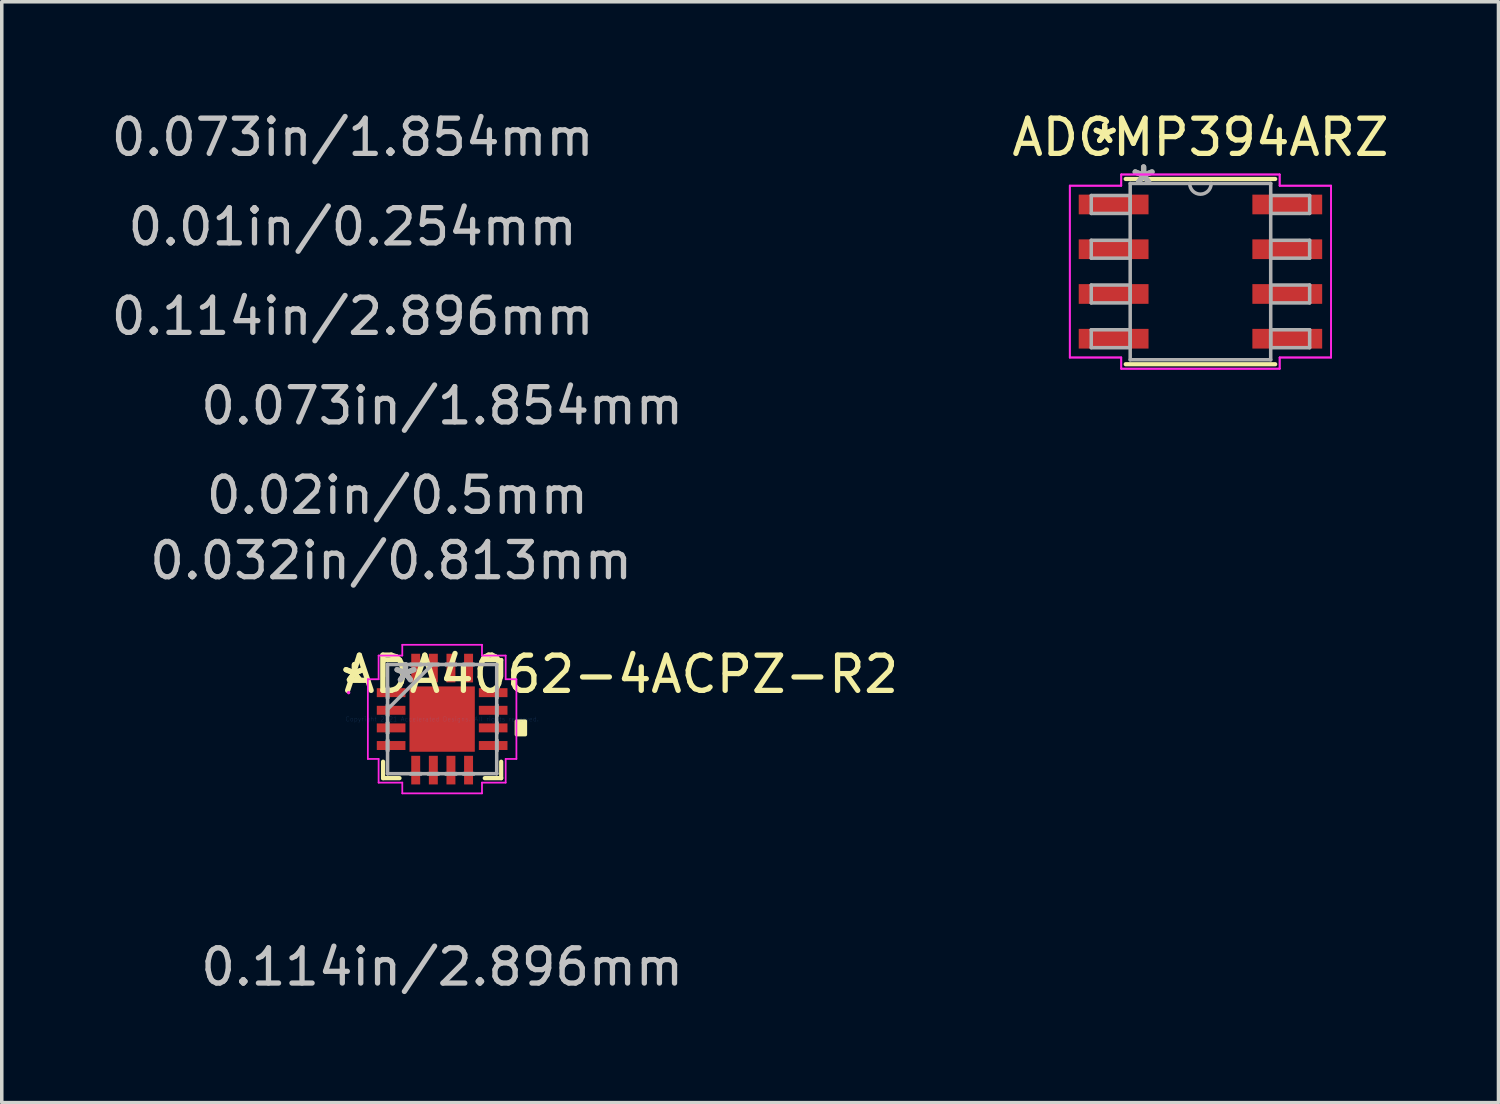
<source format=kicad_pcb>
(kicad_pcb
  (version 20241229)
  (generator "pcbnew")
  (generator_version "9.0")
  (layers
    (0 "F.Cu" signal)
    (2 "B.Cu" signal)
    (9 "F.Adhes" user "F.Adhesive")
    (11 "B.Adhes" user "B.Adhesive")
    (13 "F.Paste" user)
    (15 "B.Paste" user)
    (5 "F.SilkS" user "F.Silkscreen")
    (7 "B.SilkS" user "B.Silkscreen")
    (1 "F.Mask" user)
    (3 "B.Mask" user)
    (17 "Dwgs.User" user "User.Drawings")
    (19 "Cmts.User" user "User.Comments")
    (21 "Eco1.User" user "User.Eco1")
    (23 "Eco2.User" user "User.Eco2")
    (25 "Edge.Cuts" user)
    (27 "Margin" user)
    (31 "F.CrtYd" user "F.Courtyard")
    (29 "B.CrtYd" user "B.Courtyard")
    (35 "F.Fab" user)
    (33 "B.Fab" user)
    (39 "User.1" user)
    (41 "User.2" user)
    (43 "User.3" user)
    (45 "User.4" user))
  (footprint "ADCMP394ARZ"
    (layer "F.Cu")
    (at 31.019 4.658)
    (property "Reference" "ADCMP394ARZ" (at 0 -3.81 0) (layer "F.SilkS") (effects (font (size 1 1) (thickness 0.15))))
    (attr through_hole)
    (fp_line (start -2.121 2.629) (end 2.121 2.629) (stroke (width 0.12) (type solid)) (layer "F.SilkS"))
    (fp_line (start 2.121 -2.629) (end -2.121 -2.629) (stroke (width 0.12) (type solid)) (layer "F.SilkS"))
    (fp_line (start -3.708 -2.438) (end -2.248 -2.438) (stroke (width 0.05) (type solid)) (layer "F.CrtYd"))
    (fp_line (start -3.708 -2.438) (end -2.248 -2.438) (stroke (width 0.05) (type solid)) (layer "F.CrtYd"))
    (fp_line (start -3.708 2.438) (end -3.708 -2.438) (stroke (width 0.05) (type solid)) (layer "F.CrtYd"))
    (fp_line (start -3.708 2.438) (end -3.708 -2.438) (stroke (width 0.05) (type solid)) (layer "F.CrtYd"))
    (fp_line (start -3.708 2.438) (end -2.248 2.438) (stroke (width 0.05) (type solid)) (layer "F.CrtYd"))
    (fp_line (start -2.248 -2.756) (end 2.248 -2.756) (stroke (width 0.05) (type solid)) (layer "F.CrtYd"))
    (fp_line (start -2.248 -2.756) (end 2.248 -2.756) (stroke (width 0.05) (type solid)) (layer "F.CrtYd"))
    (fp_line (start -2.248 -2.438) (end -2.248 -2.756) (stroke (width 0.05) (type solid)) (layer "F.CrtYd"))
    (fp_line (start -2.248 -2.438) (end -2.248 -2.756) (stroke (width 0.05) (type solid)) (layer "F.CrtYd"))
    (fp_line (start -2.248 2.438) (end -3.708 2.438) (stroke (width 0.05) (type solid)) (layer "F.CrtYd"))
    (fp_line (start -2.248 2.756) (end -2.248 2.438) (stroke (width 0.05) (type solid)) (layer "F.CrtYd"))
    (fp_line (start -2.248 2.756) (end -2.248 2.438) (stroke (width 0.05) (type solid)) (layer "F.CrtYd"))
    (fp_line (start 2.248 -2.756) (end 2.248 -2.438) (stroke (width 0.05) (type solid)) (layer "F.CrtYd"))
    (fp_line (start 2.248 -2.756) (end 2.248 -2.438) (stroke (width 0.05) (type solid)) (layer "F.CrtYd"))
    (fp_line (start 2.248 -2.438) (end 3.708 -2.438) (stroke (width 0.05) (type solid)) (layer "F.CrtYd"))
    (fp_line (start 2.248 2.438) (end 2.248 2.756) (stroke (width 0.05) (type solid)) (layer "F.CrtYd"))
    (fp_line (start 2.248 2.438) (end 2.248 2.756) (stroke (width 0.05) (type solid)) (layer "F.CrtYd"))
    (fp_line (start 2.248 2.756) (end -2.248 2.756) (stroke (width 0.05) (type solid)) (layer "F.CrtYd"))
    (fp_line (start 2.248 2.756) (end -2.248 2.756) (stroke (width 0.05) (type solid)) (layer "F.CrtYd"))
    (fp_line (start 3.708 -2.438) (end 2.248 -2.438) (stroke (width 0.05) (type solid)) (layer "F.CrtYd"))
    (fp_line (start 3.708 -2.438) (end 3.708 2.438) (stroke (width 0.05) (type solid)) (layer "F.CrtYd"))
    (fp_line (start 3.708 -2.438) (end 3.708 2.438) (stroke (width 0.05) (type solid)) (layer "F.CrtYd"))
    (fp_line (start 3.708 2.438) (end 2.248 2.438) (stroke (width 0.05) (type solid)) (layer "F.CrtYd"))
    (fp_line (start 3.708 2.438) (end 2.248 2.438) (stroke (width 0.05) (type solid)) (layer "F.CrtYd"))
    (fp_line (start -3.099 -2.159) (end -3.099 -1.651) (stroke (width 0.1) (type solid)) (layer "F.Fab"))
    (fp_line (start -3.099 -1.651) (end -1.994 -1.651) (stroke (width 0.1) (type solid)) (layer "F.Fab"))
    (fp_line (start -3.099 -0.889) (end -3.099 -0.381) (stroke (width 0.1) (type solid)) (layer "F.Fab"))
    (fp_line (start -3.099 -0.381) (end -1.994 -0.381) (stroke (width 0.1) (type solid)) (layer "F.Fab"))
    (fp_line (start -3.099 0.381) (end -3.099 0.889) (stroke (width 0.1) (type solid)) (layer "F.Fab"))
    (fp_line (start -3.099 0.889) (end -1.994 0.889) (stroke (width 0.1) (type solid)) (layer "F.Fab"))
    (fp_line (start -3.099 1.651) (end -3.099 2.159) (stroke (width 0.1) (type solid)) (layer "F.Fab"))
    (fp_line (start -3.099 2.159) (end -1.994 2.159) (stroke (width 0.1) (type solid)) (layer "F.Fab"))
    (fp_line (start -1.994 -2.502) (end -1.994 2.502) (stroke (width 0.1) (type solid)) (layer "F.Fab"))
    (fp_line (start -1.994 -2.159) (end -3.099 -2.159) (stroke (width 0.1) (type solid)) (layer "F.Fab"))
    (fp_line (start -1.994 -1.651) (end -1.994 -2.159) (stroke (width 0.1) (type solid)) (layer "F.Fab"))
    (fp_line (start -1.994 -0.889) (end -3.099 -0.889) (stroke (width 0.1) (type solid)) (layer "F.Fab"))
    (fp_line (start -1.994 -0.381) (end -1.994 -0.889) (stroke (width 0.1) (type solid)) (layer "F.Fab"))
    (fp_line (start -1.994 0.381) (end -3.099 0.381) (stroke (width 0.1) (type solid)) (layer "F.Fab"))
    (fp_line (start -1.994 0.889) (end -1.994 0.381) (stroke (width 0.1) (type solid)) (layer "F.Fab"))
    (fp_line (start -1.994 1.651) (end -3.099 1.651) (stroke (width 0.1) (type solid)) (layer "F.Fab"))
    (fp_line (start -1.994 2.159) (end -1.994 1.651) (stroke (width 0.1) (type solid)) (layer "F.Fab"))
    (fp_line (start -1.994 2.502) (end 1.994 2.502) (stroke (width 0.1) (type solid)) (layer "F.Fab"))
    (fp_line (start 1.994 -2.502) (end -1.994 -2.502) (stroke (width 0.1) (type solid)) (layer "F.Fab"))
    (fp_line (start 1.994 -2.159) (end 1.994 -1.651) (stroke (width 0.1) (type solid)) (layer "F.Fab"))
    (fp_line (start 1.994 -1.651) (end 3.099 -1.651) (stroke (width 0.1) (type solid)) (layer "F.Fab"))
    (fp_line (start 1.994 -0.889) (end 1.994 -0.381) (stroke (width 0.1) (type solid)) (layer "F.Fab"))
    (fp_line (start 1.994 -0.381) (end 3.099 -0.381) (stroke (width 0.1) (type solid)) (layer "F.Fab"))
    (fp_line (start 1.994 0.381) (end 1.994 0.889) (stroke (width 0.1) (type solid)) (layer "F.Fab"))
    (fp_line (start 1.994 0.889) (end 3.099 0.889) (stroke (width 0.1) (type solid)) (layer "F.Fab"))
    (fp_line (start 1.994 1.651) (end 1.994 2.159) (stroke (width 0.1) (type solid)) (layer "F.Fab"))
    (fp_line (start 1.994 2.159) (end 3.099 2.159) (stroke (width 0.1) (type solid)) (layer "F.Fab"))
    (fp_line (start 1.994 2.502) (end 1.994 -2.502) (stroke (width 0.1) (type solid)) (layer "F.Fab"))
    (fp_line (start 3.099 -2.159) (end 1.994 -2.159) (stroke (width 0.1) (type solid)) (layer "F.Fab"))
    (fp_line (start 3.099 -1.651) (end 3.099 -2.159) (stroke (width 0.1) (type solid)) (layer "F.Fab"))
    (fp_line (start 3.099 -0.889) (end 1.994 -0.889) (stroke (width 0.1) (type solid)) (layer "F.Fab"))
    (fp_line (start 3.099 -0.381) (end 3.099 -0.889) (stroke (width 0.1) (type solid)) (layer "F.Fab"))
    (fp_line (start 3.099 0.381) (end 1.994 0.381) (stroke (width 0.1) (type solid)) (layer "F.Fab"))
    (fp_line (start 3.099 0.889) (end 3.099 0.381) (stroke (width 0.1) (type solid)) (layer "F.Fab"))
    (fp_line (start 3.099 1.651) (end 1.994 1.651) (stroke (width 0.1) (type solid)) (layer "F.Fab"))
    (fp_line (start 3.099 2.159) (end 3.099 1.651) (stroke (width 0.1) (type solid)) (layer "F.Fab"))
    (fp_arc (start 0.3048 -2.5019) (mid 0 -2.1971) (end -0.3048 -2.5019) (stroke (width 0.1) (type solid)) (layer "F.Fab"))
    (fp_text user "*" (at -2.718 -3.607 0) (layer "F.SilkS") (effects (font (size 1 1) (thickness 0.15))))
    (fp_text user "*" (at -2.718 -3.607 0) (layer "F.SilkS") (effects (font (size 1 1) (thickness 0.15))))
    (fp_text user "*" (at -1.613 -2.426 0) (layer "F.Fab") (effects (font (size 1 1) (thickness 0.15))))
    (fp_text user "*" (at -1.613 -2.426 0) (layer "F.Fab") (effects (font (size 1 1) (thickness 0.15))))
    (pad "1" smd rect (at -2.464 -1.905) (size 1.981 0.559) (layers "F.Cu" "F.Mask" "F.Paste"))
    (pad "2" smd rect (at -2.464 -0.635) (size 1.981 0.559) (layers "F.Cu" "F.Mask" "F.Paste"))
    (pad "3" smd rect (at -2.464 0.635) (size 1.981 0.559) (layers "F.Cu" "F.Mask" "F.Paste"))
    (pad "4" smd rect (at -2.464 1.905) (size 1.981 0.559) (layers "F.Cu" "F.Mask" "F.Paste"))
    (pad "5" smd rect (at 2.464 1.905) (size 1.981 0.559) (layers "F.Cu" "F.Mask" "F.Paste"))
    (pad "6" smd rect (at 2.464 0.635) (size 1.981 0.559) (layers "F.Cu" "F.Mask" "F.Paste"))
    (pad "7" smd rect (at 2.464 -0.635) (size 1.981 0.559) (layers "F.Cu" "F.Mask" "F.Paste"))
    (pad "8" smd rect (at 2.464 -1.905) (size 1.981 0.559) (layers "F.Cu" "F.Mask" "F.Paste")))
  (footprint "ADA4062-4ACPZ-R2"
    (layer "F.Cu")
    (at 9.498 17.358)
    (property "Reference" "ADA4062-4ACPZ-R2" (at 5.08 -1.27 0) (layer "F.SilkS") (effects (font (size 1 1) (thickness 0.15))))
    (attr through_hole)
    (fp_line (start -1.676 -1.676) (end -1.676 -1.21) (stroke (width 0.12) (type solid)) (layer "F.SilkS"))
    (fp_line (start -1.676 1.21) (end -1.676 1.676) (stroke (width 0.12) (type solid)) (layer "F.SilkS"))
    (fp_line (start -1.676 1.676) (end -1.21 1.676) (stroke (width 0.12) (type solid)) (layer "F.SilkS"))
    (fp_line (start -1.21 -1.676) (end -1.676 -1.676) (stroke (width 0.12) (type solid)) (layer "F.SilkS"))
    (fp_line (start 1.21 1.676) (end 1.676 1.676) (stroke (width 0.12) (type solid)) (layer "F.SilkS"))
    (fp_line (start 1.676 -1.676) (end 1.21 -1.676) (stroke (width 0.12) (type solid)) (layer "F.SilkS"))
    (fp_line (start 1.676 -1.21) (end 1.676 -1.676) (stroke (width 0.12) (type solid)) (layer "F.SilkS"))
    (fp_line (start 1.676 1.676) (end 1.676 1.21) (stroke (width 0.12) (type solid)) (layer "F.SilkS"))
    (fp_poly (pts (xy 2.362 0.059) (xy 2.362 0.441) (xy 2.108 0.441) (xy 2.108 0.059)) (stroke (width 0.1) (type solid)) (fill yes) (layer "F.SilkS"))
    (fp_line (start -2.108 -1.131) (end -1.803 -1.131) (stroke (width 0.05) (type solid)) (layer "F.CrtYd"))
    (fp_line (start -2.108 1.131) (end -2.108 -1.131) (stroke (width 0.05) (type solid)) (layer "F.CrtYd"))
    (fp_line (start -1.803 -1.803) (end -1.131 -1.803) (stroke (width 0.05) (type solid)) (layer "F.CrtYd"))
    (fp_line (start -1.803 -1.131) (end -1.803 -1.803) (stroke (width 0.05) (type solid)) (layer "F.CrtYd"))
    (fp_line (start -1.803 1.131) (end -2.108 1.131) (stroke (width 0.05) (type solid)) (layer "F.CrtYd"))
    (fp_line (start -1.803 1.803) (end -1.803 1.131) (stroke (width 0.05) (type solid)) (layer "F.CrtYd"))
    (fp_line (start -1.131 -2.108) (end 1.131 -2.108) (stroke (width 0.05) (type solid)) (layer "F.CrtYd"))
    (fp_line (start -1.131 -1.803) (end -1.131 -2.108) (stroke (width 0.05) (type solid)) (layer "F.CrtYd"))
    (fp_line (start -1.131 1.803) (end -1.803 1.803) (stroke (width 0.05) (type solid)) (layer "F.CrtYd"))
    (fp_line (start -1.131 2.108) (end -1.131 1.803) (stroke (width 0.05) (type solid)) (layer "F.CrtYd"))
    (fp_line (start 1.131 -2.108) (end 1.131 -1.803) (stroke (width 0.05) (type solid)) (layer "F.CrtYd"))
    (fp_line (start 1.131 -1.803) (end 1.803 -1.803) (stroke (width 0.05) (type solid)) (layer "F.CrtYd"))
    (fp_line (start 1.131 1.803) (end 1.131 2.108) (stroke (width 0.05) (type solid)) (layer "F.CrtYd"))
    (fp_line (start 1.131 2.108) (end -1.131 2.108) (stroke (width 0.05) (type solid)) (layer "F.CrtYd"))
    (fp_line (start 1.803 -1.803) (end 1.803 -1.131) (stroke (width 0.05) (type solid)) (layer "F.CrtYd"))
    (fp_line (start 1.803 -1.131) (end 2.108 -1.131) (stroke (width 0.05) (type solid)) (layer "F.CrtYd"))
    (fp_line (start 1.803 1.131) (end 1.803 1.803) (stroke (width 0.05) (type solid)) (layer "F.CrtYd"))
    (fp_line (start 1.803 1.803) (end 1.131 1.803) (stroke (width 0.05) (type solid)) (layer "F.CrtYd"))
    (fp_line (start 2.108 -1.131) (end 2.108 1.131) (stroke (width 0.05) (type solid)) (layer "F.CrtYd"))
    (fp_line (start 2.108 1.131) (end 1.803 1.131) (stroke (width 0.05) (type solid)) (layer "F.CrtYd"))
    (fp_circle (center -2.654 -0.75) (end -2.654 -0.75) (stroke (width 0.05) (type solid)) (fill no) (layer "F.CrtYd"))
    (fp_line (start -1.549 -1.549) (end -1.549 -1.549) (stroke (width 0.1) (type solid)) (layer "F.Fab"))
    (fp_line (start -1.549 -1.549) (end -1.549 1.549) (stroke (width 0.1) (type solid)) (layer "F.Fab"))
    (fp_line (start -1.549 -0.902) (end -1.549 -0.902) (stroke (width 0.1) (type solid)) (layer "F.Fab"))
    (fp_line (start -1.549 -0.902) (end -1.549 -0.598) (stroke (width 0.1) (type solid)) (layer "F.Fab"))
    (fp_line (start -1.549 -0.598) (end -1.549 -0.902) (stroke (width 0.1) (type solid)) (layer "F.Fab"))
    (fp_line (start -1.549 -0.598) (end -1.549 -0.598) (stroke (width 0.1) (type solid)) (layer "F.Fab"))
    (fp_line (start -1.549 -0.402) (end -1.549 -0.402) (stroke (width 0.1) (type solid)) (layer "F.Fab"))
    (fp_line (start -1.549 -0.402) (end -1.549 -0.098) (stroke (width 0.1) (type solid)) (layer "F.Fab"))
    (fp_line (start -1.549 -0.279) (end -0.279 -1.549) (stroke (width 0.1) (type solid)) (layer "F.Fab"))
    (fp_line (start -1.549 -0.098) (end -1.549 -0.402) (stroke (width 0.1) (type solid)) (layer "F.Fab"))
    (fp_line (start -1.549 -0.098) (end -1.549 -0.098) (stroke (width 0.1) (type solid)) (layer "F.Fab"))
    (fp_line (start -1.549 0.098) (end -1.549 0.098) (stroke (width 0.1) (type solid)) (layer "F.Fab"))
    (fp_line (start -1.549 0.098) (end -1.549 0.402) (stroke (width 0.1) (type solid)) (layer "F.Fab"))
    (fp_line (start -1.549 0.402) (end -1.549 0.098) (stroke (width 0.1) (type solid)) (layer "F.Fab"))
    (fp_line (start -1.549 0.402) (end -1.549 0.402) (stroke (width 0.1) (type solid)) (layer "F.Fab"))
    (fp_line (start -1.549 0.598) (end -1.549 0.598) (stroke (width 0.1) (type solid)) (layer "F.Fab"))
    (fp_line (start -1.549 0.598) (end -1.549 0.902) (stroke (width 0.1) (type solid)) (layer "F.Fab"))
    (fp_line (start -1.549 0.902) (end -1.549 0.598) (stroke (width 0.1) (type solid)) (layer "F.Fab"))
    (fp_line (start -1.549 0.902) (end -1.549 0.902) (stroke (width 0.1) (type solid)) (layer "F.Fab"))
    (fp_line (start -1.549 1.549) (end -1.549 1.549) (stroke (width 0.1) (type solid)) (layer "F.Fab"))
    (fp_line (start -1.549 1.549) (end 1.549 1.549) (stroke (width 0.1) (type solid)) (layer "F.Fab"))
    (fp_line (start -0.902 -1.549) (end -0.902 -1.549) (stroke (width 0.1) (type solid)) (layer "F.Fab"))
    (fp_line (start -0.902 -1.549) (end -0.598 -1.549) (stroke (width 0.1) (type solid)) (layer "F.Fab"))
    (fp_line (start -0.902 1.549) (end -0.902 1.549) (stroke (width 0.1) (type solid)) (layer "F.Fab"))
    (fp_line (start -0.902 1.549) (end -0.598 1.549) (stroke (width 0.1) (type solid)) (layer "F.Fab"))
    (fp_line (start -0.598 -1.549) (end -0.902 -1.549) (stroke (width 0.1) (type solid)) (layer "F.Fab"))
    (fp_line (start -0.598 -1.549) (end -0.598 -1.549) (stroke (width 0.1) (type solid)) (layer "F.Fab"))
    (fp_line (start -0.598 1.549) (end -0.902 1.549) (stroke (width 0.1) (type solid)) (layer "F.Fab"))
    (fp_line (start -0.598 1.549) (end -0.598 1.549) (stroke (width 0.1) (type solid)) (layer "F.Fab"))
    (fp_line (start -0.402 -1.549) (end -0.402 -1.549) (stroke (width 0.1) (type solid)) (layer "F.Fab"))
    (fp_line (start -0.402 -1.549) (end -0.098 -1.549) (stroke (width 0.1) (type solid)) (layer "F.Fab"))
    (fp_line (start -0.402 1.549) (end -0.402 1.549) (stroke (width 0.1) (type solid)) (layer "F.Fab"))
    (fp_line (start -0.402 1.549) (end -0.098 1.549) (stroke (width 0.1) (type solid)) (layer "F.Fab"))
    (fp_line (start -0.098 -1.549) (end -0.402 -1.549) (stroke (width 0.1) (type solid)) (layer "F.Fab"))
    (fp_line (start -0.098 -1.549) (end -0.098 -1.549) (stroke (width 0.1) (type solid)) (layer "F.Fab"))
    (fp_line (start -0.098 1.549) (end -0.402 1.549) (stroke (width 0.1) (type solid)) (layer "F.Fab"))
    (fp_line (start -0.098 1.549) (end -0.098 1.549) (stroke (width 0.1) (type solid)) (layer "F.Fab"))
    (fp_line (start 0.098 -1.549) (end 0.098 -1.549) (stroke (width 0.1) (type solid)) (layer "F.Fab"))
    (fp_line (start 0.098 -1.549) (end 0.402 -1.549) (stroke (width 0.1) (type solid)) (layer "F.Fab"))
    (fp_line (start 0.098 1.549) (end 0.098 1.549) (stroke (width 0.1) (type solid)) (layer "F.Fab"))
    (fp_line (start 0.098 1.549) (end 0.402 1.549) (stroke (width 0.1) (type solid)) (layer "F.Fab"))
    (fp_line (start 0.402 -1.549) (end 0.098 -1.549) (stroke (width 0.1) (type solid)) (layer "F.Fab"))
    (fp_line (start 0.402 -1.549) (end 0.402 -1.549) (stroke (width 0.1) (type solid)) (layer "F.Fab"))
    (fp_line (start 0.402 1.549) (end 0.098 1.549) (stroke (width 0.1) (type solid)) (layer "F.Fab"))
    (fp_line (start 0.402 1.549) (end 0.402 1.549) (stroke (width 0.1) (type solid)) (layer "F.Fab"))
    (fp_line (start 0.598 -1.549) (end 0.598 -1.549) (stroke (width 0.1) (type solid)) (layer "F.Fab"))
    (fp_line (start 0.598 -1.549) (end 0.902 -1.549) (stroke (width 0.1) (type solid)) (layer "F.Fab"))
    (fp_line (start 0.598 1.549) (end 0.598 1.549) (stroke (width 0.1) (type solid)) (layer "F.Fab"))
    (fp_line (start 0.598 1.549) (end 0.902 1.549) (stroke (width 0.1) (type solid)) (layer "F.Fab"))
    (fp_line (start 0.902 -1.549) (end 0.598 -1.549) (stroke (width 0.1) (type solid)) (layer "F.Fab"))
    (fp_line (start 0.902 -1.549) (end 0.902 -1.549) (stroke (width 0.1) (type solid)) (layer "F.Fab"))
    (fp_line (start 0.902 1.549) (end 0.598 1.549) (stroke (width 0.1) (type solid)) (layer "F.Fab"))
    (fp_line (start 0.902 1.549) (end 0.902 1.549) (stroke (width 0.1) (type solid)) (layer "F.Fab"))
    (fp_line (start 1.549 -1.549) (end -1.549 -1.549) (stroke (width 0.1) (type solid)) (layer "F.Fab"))
    (fp_line (start 1.549 -1.549) (end 1.549 -1.549) (stroke (width 0.1) (type solid)) (layer "F.Fab"))
    (fp_line (start 1.549 -0.902) (end 1.549 -0.902) (stroke (width 0.1) (type solid)) (layer "F.Fab"))
    (fp_line (start 1.549 -0.902) (end 1.549 -0.598) (stroke (width 0.1) (type solid)) (layer "F.Fab"))
    (fp_line (start 1.549 -0.598) (end 1.549 -0.902) (stroke (width 0.1) (type solid)) (layer "F.Fab"))
    (fp_line (start 1.549 -0.598) (end 1.549 -0.598) (stroke (width 0.1) (type solid)) (layer "F.Fab"))
    (fp_line (start 1.549 -0.402) (end 1.549 -0.402) (stroke (width 0.1) (type solid)) (layer "F.Fab"))
    (fp_line (start 1.549 -0.402) (end 1.549 -0.098) (stroke (width 0.1) (type solid)) (layer "F.Fab"))
    (fp_line (start 1.549 -0.098) (end 1.549 -0.402) (stroke (width 0.1) (type solid)) (layer "F.Fab"))
    (fp_line (start 1.549 -0.098) (end 1.549 -0.098) (stroke (width 0.1) (type solid)) (layer "F.Fab"))
    (fp_line (start 1.549 0.098) (end 1.549 0.098) (stroke (width 0.1) (type solid)) (layer "F.Fab"))
    (fp_line (start 1.549 0.098) (end 1.549 0.402) (stroke (width 0.1) (type solid)) (layer "F.Fab"))
    (fp_line (start 1.549 0.402) (end 1.549 0.098) (stroke (width 0.1) (type solid)) (layer "F.Fab"))
    (fp_line (start 1.549 0.402) (end 1.549 0.402) (stroke (width 0.1) (type solid)) (layer "F.Fab"))
    (fp_line (start 1.549 0.598) (end 1.549 0.598) (stroke (width 0.1) (type solid)) (layer "F.Fab"))
    (fp_line (start 1.549 0.598) (end 1.549 0.902) (stroke (width 0.1) (type solid)) (layer "F.Fab"))
    (fp_line (start 1.549 0.902) (end 1.549 0.598) (stroke (width 0.1) (type solid)) (layer "F.Fab"))
    (fp_line (start 1.549 0.902) (end 1.549 0.902) (stroke (width 0.1) (type solid)) (layer "F.Fab"))
    (fp_line (start 1.549 1.549) (end 1.549 -1.549) (stroke (width 0.1) (type solid)) (layer "F.Fab"))
    (fp_line (start 1.549 1.549) (end 1.549 1.549) (stroke (width 0.1) (type solid)) (layer "F.Fab"))
    (fp_text user "*" (at -2.489 -1 0) (layer "F.SilkS") (effects (font (size 1 1) (thickness 0.15))))
    (fp_text user "*" (at -2.489 -1 0) (layer "F.SilkS") (effects (font (size 1 1) (thickness 0.15))))
    (fp_text user "0.114in/2.896mm" (at -2.54 -11.43 0) (layer "Dwgs.User") (effects (font (size 1 1) (thickness 0.15))))
    (fp_text user "0.032in/0.813mm" (at -1.448 -4.496 0) (layer "Dwgs.User") (effects (font (size 1 1) (thickness 0.15))))
    (fp_text user "0.01in/0.254mm" (at -2.54 -13.97 0) (layer "Dwgs.User") (effects (font (size 1 1) (thickness 0.15))))
    (fp_text user "0.073in/1.854mm" (at -2.54 -16.51 0) (layer "Dwgs.User") (effects (font (size 1 1) (thickness 0.15))))
    (fp_text user "0.114in/2.896mm" (at 0 7.036 0) (layer "Dwgs.User") (effects (font (size 1 1) (thickness 0.15))))
    (fp_text user "0.02in/0.5mm" (at -1.27 -6.35 0) (layer "Dwgs.User") (effects (font (size 1 1) (thickness 0.15))))
    (fp_text user "0.073in/1.854mm" (at 0 -8.89 0) (layer "Dwgs.User") (effects (font (size 1 1) (thickness 0.15))))
    (fp_text user "Copyright 2021 Accelerated Designs. All rights reserved." (at 0 0 0) (layer "Cmts.User") (effects (font (size 0.127 0.127) (thickness 0.002))))
    (fp_text user "*" (at -1.041 -1 0) (layer "F.Fab") (effects (font (size 1 1) (thickness 0.15))))
    (fp_text user "*" (at -1.041 -1 0) (layer "F.Fab") (effects (font (size 1 1) (thickness 0.15))))
    (pad "1" smd rect (at -1.448 -0.75 90) (size 0.254 0.813) (layers "F.Cu" "F.Mask" "F.Paste"))
    (pad "2" smd rect (at -1.448 -0.25 90) (size 0.254 0.813) (layers "F.Cu" "F.Mask" "F.Paste"))
    (pad "3" smd rect (at -1.448 0.25 90) (size 0.254 0.813) (layers "F.Cu" "F.Mask" "F.Paste"))
    (pad "4" smd rect (at -1.448 0.75 90) (size 0.254 0.813) (layers "F.Cu" "F.Mask" "F.Paste"))
    (pad "5" smd rect (at -0.75 1.448) (size 0.254 0.813) (layers "F.Cu" "F.Mask" "F.Paste"))
    (pad "6" smd rect (at -0.25 1.448) (size 0.254 0.813) (layers "F.Cu" "F.Mask" "F.Paste"))
    (pad "7" smd rect (at 0.25 1.448) (size 0.254 0.813) (layers "F.Cu" "F.Mask" "F.Paste"))
    (pad "8" smd rect (at 0.75 1.448) (size 0.254 0.813) (layers "F.Cu" "F.Mask" "F.Paste"))
    (pad "9" smd rect (at 1.448 0.75 90) (size 0.254 0.813) (layers "F.Cu" "F.Mask" "F.Paste"))
    (pad "10" smd rect (at 1.448 0.25 90) (size 0.254 0.813) (layers "F.Cu" "F.Mask" "F.Paste"))
    (pad "11" smd rect (at 1.448 -0.25 90) (size 0.254 0.813) (layers "F.Cu" "F.Mask" "F.Paste"))
    (pad "12" smd rect (at 1.448 -0.75 90) (size 0.254 0.813) (layers "F.Cu" "F.Mask" "F.Paste"))
    (pad "13" smd rect (at 0.75 -1.448) (size 0.254 0.813) (layers "F.Cu" "F.Mask" "F.Paste"))
    (pad "14" smd rect (at 0.25 -1.448) (size 0.254 0.813) (layers "F.Cu" "F.Mask" "F.Paste"))
    (pad "15" smd rect (at -0.25 -1.448) (size 0.254 0.813) (layers "F.Cu" "F.Mask" "F.Paste"))
    (pad "16" smd rect (at -0.75 -1.448) (size 0.254 0.813) (layers "F.Cu" "F.Mask" "F.Paste"))
    (pad "17" smd rect (at 0 0) (size 1.854 1.854) (layers "F.Cu" "F.Mask" "F.Paste")))
  (gr_rect
    (start -3 -3)
    (end 39.477 28.242)
    (stroke (width 0.1) (type default))
    (fill no)
    (layer "Edge.Cuts")))
</source>
